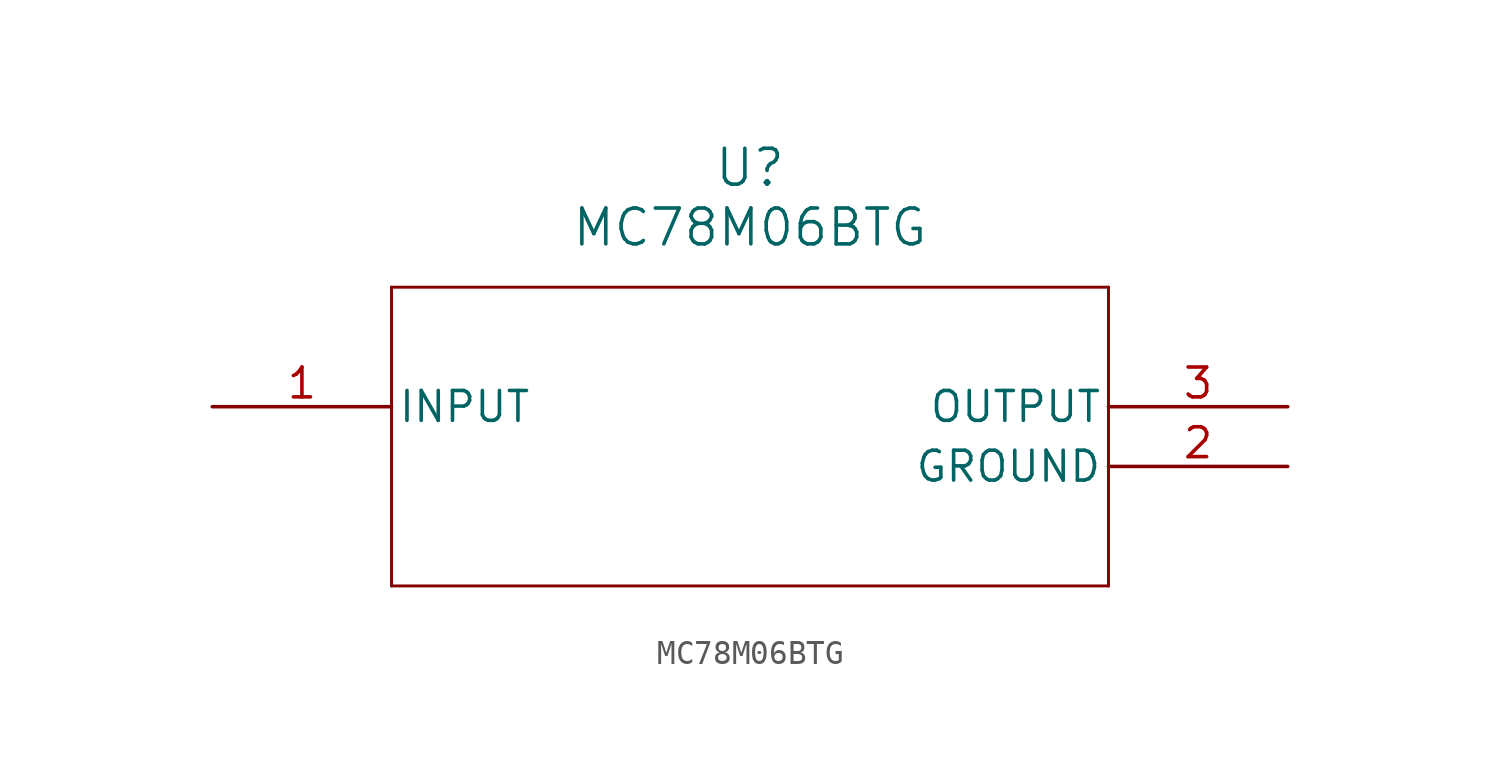
<source format=kicad_sym>
(kicad_symbol_lib
  (version 20211014)
  (generator kicad_symbol_editor)
  (symbol "MC78M06BTG"
    (pin_names
      (offset 0.254))
    (property "Reference" "U"
      (at 22.86 10.16 0)
      (effects (font (size 1.524 1.524))))
    (property "Value" "MC78M06BTG"
      (at 22.86 7.62 0)
      (effects (font (size 1.524 1.524))))
    (symbol "MC78M06BTG_0_1"
      (polyline (pts (xy 7.62 5.08) (xy 7.62 -7.62)) (stroke (width 0.127) (type default) (color 0 0 0 0)) (fill (type none)))
      (polyline (pts (xy 7.62 -7.62) (xy 38.1 -7.62)) (stroke (width 0.127) (type default) (color 0 0 0 0)) (fill (type none)))
      (polyline (pts (xy 38.1 -7.62) (xy 38.1 5.08)) (stroke (width 0.127) (type default) (color 0 0 0 0)) (fill (type none)))
      (polyline (pts (xy 38.1 5.08) (xy 7.62 5.08)) (stroke (width 0.127) (type default) (color 0 0 0 0)) (fill (type none)))
      (pin input line (at 0 0 0) (length 7.62) (name "INPUT" (effects (font (size 1.27 1.27)))) (number "1" (effects (font (size 1.27 1.27)))))
      (pin power_in line (at 45.72 -2.54 180) (length 7.62) (name "GROUND" (effects (font (size 1.27 1.27)))) (number "2" (effects (font (size 1.27 1.27)))))
      (pin output line (at 45.72 0 180) (length 7.62) (name "OUTPUT" (effects (font (size 1.27 1.27)))) (number "3" (effects (font (size 1.27 1.27))))))))
</source>
